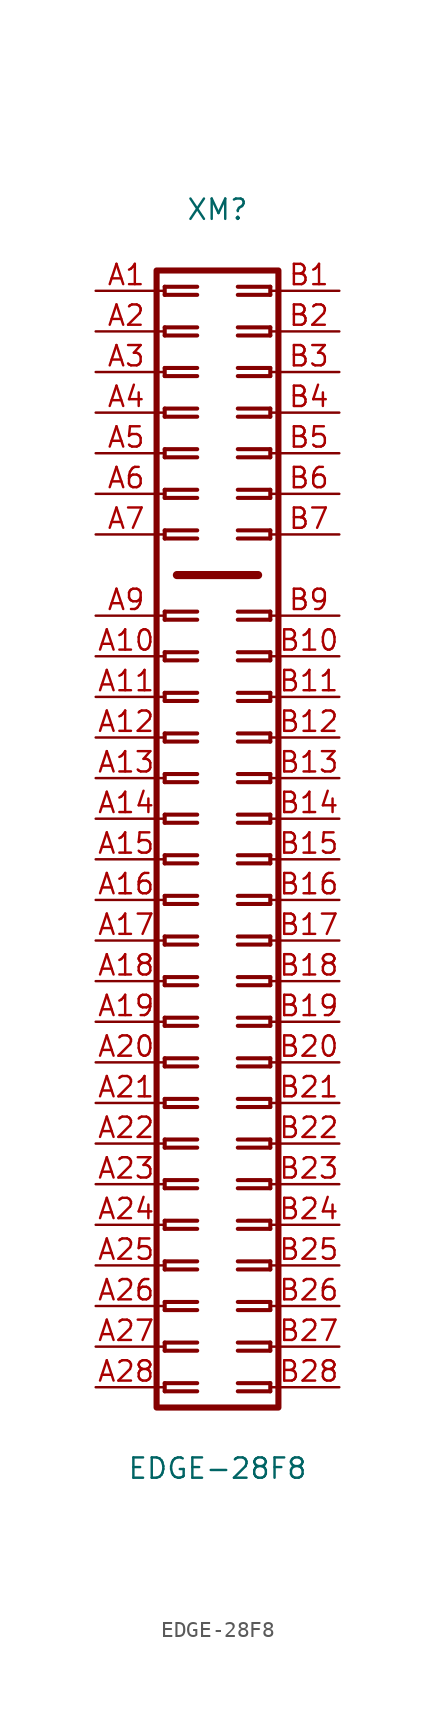
<source format=kicad_sym>
(kicad_symbol_lib
  (version 20231120)
  (generator "kicad_symbol_editor")
  (generator_version "8.0")
  (symbol "EDGE-28F8"
    (pin_names
      (offset 1.016))
    (property "Reference" "XM"
      (at 0 39.37 0)
      (effects (font (size 1.27 1.27))))
    (property "Value" "EDGE-28F8"
      (at 0 -39.37 0)
      (effects (font (size 1.27 1.27))))
    (symbol "EDGE-28F8_0_0"
      (polyline (pts (xy -2.54 16.51) (xy 2.54 16.51)) (stroke (width 0.508) (type default)) (fill (type none))))
    (symbol "EDGE-28F8_0_1"
      (rectangle (start -3.81 35.56) (end 3.81 -35.56) (stroke (width 0.381) (type default)) (fill (type none)))
      (polyline (pts (xy -3.81 -34.29) (xy -3.302 -34.29)) (stroke (width 0) (type default)) (fill (type none)))
      (polyline (pts (xy -3.81 -31.75) (xy -3.302 -31.75)) (stroke (width 0) (type default)) (fill (type none)))
      (polyline (pts (xy -3.81 -29.21) (xy -3.302 -29.21)) (stroke (width 0) (type default)) (fill (type none)))
      (polyline (pts (xy -3.81 -26.67) (xy -3.302 -26.67)) (stroke (width 0) (type default)) (fill (type none)))
      (polyline (pts (xy -3.81 -24.13) (xy -3.302 -24.13)) (stroke (width 0) (type default)) (fill (type none)))
      (polyline (pts (xy -3.81 -21.59) (xy -3.302 -21.59)) (stroke (width 0) (type default)) (fill (type none)))
      (polyline (pts (xy -3.81 -19.05) (xy -3.302 -19.05)) (stroke (width 0) (type default)) (fill (type none)))
      (polyline (pts (xy -3.81 -16.51) (xy -3.302 -16.51)) (stroke (width 0) (type default)) (fill (type none)))
      (polyline (pts (xy -3.81 -13.97) (xy -3.302 -13.97)) (stroke (width 0) (type default)) (fill (type none)))
      (polyline (pts (xy -3.81 -11.43) (xy -3.302 -11.43)) (stroke (width 0) (type default)) (fill (type none)))
      (polyline (pts (xy -3.81 -8.89) (xy -3.302 -8.89)) (stroke (width 0) (type default)) (fill (type none)))
      (polyline (pts (xy -3.81 -6.35) (xy -3.302 -6.35)) (stroke (width 0) (type default)) (fill (type none)))
      (polyline (pts (xy -3.81 -3.81) (xy -3.302 -3.81)) (stroke (width 0) (type default)) (fill (type none)))
      (polyline (pts (xy -3.81 -1.27) (xy -3.302 -1.27)) (stroke (width 0) (type default)) (fill (type none)))
      (polyline (pts (xy -3.81 1.27) (xy -3.302 1.27)) (stroke (width 0) (type default)) (fill (type none)))
      (polyline (pts (xy -3.81 3.81) (xy -3.302 3.81)) (stroke (width 0) (type default)) (fill (type none)))
      (polyline (pts (xy -3.81 6.35) (xy -3.302 6.35)) (stroke (width 0) (type default)) (fill (type none)))
      (polyline (pts (xy -3.81 8.89) (xy -3.302 8.89)) (stroke (width 0) (type default)) (fill (type none)))
      (polyline (pts (xy -3.81 11.43) (xy -3.302 11.43)) (stroke (width 0) (type default)) (fill (type none)))
      (polyline (pts (xy -3.81 13.97) (xy -3.302 13.97)) (stroke (width 0) (type default)) (fill (type none)))
      (polyline (pts (xy -3.81 19.05) (xy -3.302 19.05)) (stroke (width 0) (type default)) (fill (type none)))
      (polyline (pts (xy -3.81 21.59) (xy -3.302 21.59)) (stroke (width 0) (type default)) (fill (type none)))
      (polyline (pts (xy -3.81 24.13) (xy -3.302 24.13)) (stroke (width 0) (type default)) (fill (type none)))
      (polyline (pts (xy -3.81 26.67) (xy -3.302 26.67)) (stroke (width 0) (type default)) (fill (type none)))
      (polyline (pts (xy -3.81 29.21) (xy -3.302 29.21)) (stroke (width 0) (type default)) (fill (type none)))
      (polyline (pts (xy -3.81 31.75) (xy -3.302 31.75)) (stroke (width 0) (type default)) (fill (type none)))
      (polyline (pts (xy -3.81 34.29) (xy -3.302 34.29)) (stroke (width 0) (type default)) (fill (type none)))
      (polyline (pts (xy -3.302 -34.544) (xy -3.302 -34.036)) (stroke (width 0.254) (type default)) (fill (type none)))
      (polyline (pts (xy -3.302 -34.544) (xy -1.27 -34.544)) (stroke (width 0.254) (type default)) (fill (type none)))
      (polyline (pts (xy -3.302 -34.036) (xy -1.27 -34.036)) (stroke (width 0.254) (type default)) (fill (type none)))
      (polyline (pts (xy -3.302 -32.004) (xy -3.302 -31.496)) (stroke (width 0.254) (type default)) (fill (type none)))
      (polyline (pts (xy -3.302 -32.004) (xy -1.27 -32.004)) (stroke (width 0.254) (type default)) (fill (type none)))
      (polyline (pts (xy -3.302 -31.496) (xy -1.27 -31.496)) (stroke (width 0.254) (type default)) (fill (type none)))
      (polyline (pts (xy -3.302 -29.464) (xy -3.302 -28.956)) (stroke (width 0.254) (type default)) (fill (type none)))
      (polyline (pts (xy -3.302 -29.464) (xy -1.27 -29.464)) (stroke (width 0.254) (type default)) (fill (type none)))
      (polyline (pts (xy -3.302 -28.956) (xy -1.27 -28.956)) (stroke (width 0.254) (type default)) (fill (type none)))
      (polyline (pts (xy -3.302 -26.924) (xy -3.302 -26.416)) (stroke (width 0.254) (type default)) (fill (type none)))
      (polyline (pts (xy -3.302 -26.924) (xy -1.27 -26.924)) (stroke (width 0.254) (type default)) (fill (type none)))
      (polyline (pts (xy -3.302 -26.416) (xy -1.27 -26.416)) (stroke (width 0.254) (type default)) (fill (type none)))
      (polyline (pts (xy -3.302 -24.384) (xy -3.302 -23.876)) (stroke (width 0.254) (type default)) (fill (type none)))
      (polyline (pts (xy -3.302 -24.384) (xy -1.27 -24.384)) (stroke (width 0.254) (type default)) (fill (type none)))
      (polyline (pts (xy -3.302 -23.876) (xy -1.27 -23.876)) (stroke (width 0.254) (type default)) (fill (type none)))
      (polyline (pts (xy -3.302 -21.844) (xy -3.302 -21.336)) (stroke (width 0.254) (type default)) (fill (type none)))
      (polyline (pts (xy -3.302 -21.844) (xy -1.27 -21.844)) (stroke (width 0.254) (type default)) (fill (type none)))
      (polyline (pts (xy -3.302 -21.336) (xy -1.27 -21.336)) (stroke (width 0.254) (type default)) (fill (type none)))
      (polyline (pts (xy -3.302 -19.304) (xy -3.302 -18.796)) (stroke (width 0.254) (type default)) (fill (type none)))
      (polyline (pts (xy -3.302 -19.304) (xy -1.27 -19.304)) (stroke (width 0.254) (type default)) (fill (type none)))
      (polyline (pts (xy -3.302 -18.796) (xy -1.27 -18.796)) (stroke (width 0.254) (type default)) (fill (type none)))
      (polyline (pts (xy -3.302 -16.764) (xy -3.302 -16.256)) (stroke (width 0.254) (type default)) (fill (type none)))
      (polyline (pts (xy -3.302 -16.764) (xy -1.27 -16.764)) (stroke (width 0.254) (type default)) (fill (type none)))
      (polyline (pts (xy -3.302 -16.256) (xy -1.27 -16.256)) (stroke (width 0.254) (type default)) (fill (type none)))
      (polyline (pts (xy -3.302 -14.224) (xy -3.302 -13.716)) (stroke (width 0.254) (type default)) (fill (type none)))
      (polyline (pts (xy -3.302 -14.224) (xy -1.27 -14.224)) (stroke (width 0.254) (type default)) (fill (type none)))
      (polyline (pts (xy -3.302 -13.716) (xy -1.27 -13.716)) (stroke (width 0.254) (type default)) (fill (type none)))
      (polyline (pts (xy -3.302 -11.684) (xy -3.302 -11.176)) (stroke (width 0.254) (type default)) (fill (type none)))
      (polyline (pts (xy -3.302 -11.684) (xy -1.27 -11.684)) (stroke (width 0.254) (type default)) (fill (type none)))
      (polyline (pts (xy -3.302 -11.176) (xy -1.27 -11.176)) (stroke (width 0.254) (type default)) (fill (type none)))
      (polyline (pts (xy -3.302 -9.144) (xy -3.302 -8.636)) (stroke (width 0.254) (type default)) (fill (type none)))
      (polyline (pts (xy -3.302 -9.144) (xy -1.27 -9.144)) (stroke (width 0.254) (type default)) (fill (type none)))
      (polyline (pts (xy -3.302 -8.636) (xy -1.27 -8.636)) (stroke (width 0.254) (type default)) (fill (type none)))
      (polyline (pts (xy -3.302 -6.604) (xy -3.302 -6.096)) (stroke (width 0.254) (type default)) (fill (type none)))
      (polyline (pts (xy -3.302 -6.604) (xy -1.27 -6.604)) (stroke (width 0.254) (type default)) (fill (type none)))
      (polyline (pts (xy -3.302 -6.096) (xy -1.27 -6.096)) (stroke (width 0.254) (type default)) (fill (type none)))
      (polyline (pts (xy -3.302 -4.064) (xy -3.302 -3.556)) (stroke (width 0.254) (type default)) (fill (type none)))
      (polyline (pts (xy -3.302 -4.064) (xy -1.27 -4.064)) (stroke (width 0.254) (type default)) (fill (type none)))
      (polyline (pts (xy -3.302 -3.556) (xy -1.27 -3.556)) (stroke (width 0.254) (type default)) (fill (type none)))
      (polyline (pts (xy -3.302 -1.524) (xy -3.302 -1.016)) (stroke (width 0.254) (type default)) (fill (type none)))
      (polyline (pts (xy -3.302 -1.524) (xy -1.27 -1.524)) (stroke (width 0.254) (type default)) (fill (type none)))
      (polyline (pts (xy -3.302 -1.016) (xy -1.27 -1.016)) (stroke (width 0.254) (type default)) (fill (type none)))
      (polyline (pts (xy -3.302 1.016) (xy -3.302 1.524)) (stroke (width 0.254) (type default)) (fill (type none)))
      (polyline (pts (xy -3.302 1.016) (xy -1.27 1.016)) (stroke (width 0.254) (type default)) (fill (type none)))
      (polyline (pts (xy -3.302 1.524) (xy -1.27 1.524)) (stroke (width 0.254) (type default)) (fill (type none)))
      (polyline (pts (xy -3.302 3.556) (xy -3.302 4.064)) (stroke (width 0.254) (type default)) (fill (type none)))
      (polyline (pts (xy -3.302 3.556) (xy -1.27 3.556)) (stroke (width 0.254) (type default)) (fill (type none)))
      (polyline (pts (xy -3.302 4.064) (xy -1.27 4.064)) (stroke (width 0.254) (type default)) (fill (type none)))
      (polyline (pts (xy -3.302 6.096) (xy -3.302 6.604)) (stroke (width 0.254) (type default)) (fill (type none)))
      (polyline (pts (xy -3.302 6.096) (xy -1.27 6.096)) (stroke (width 0.254) (type default)) (fill (type none)))
      (polyline (pts (xy -3.302 6.604) (xy -1.27 6.604)) (stroke (width 0.254) (type default)) (fill (type none)))
      (polyline (pts (xy -3.302 8.636) (xy -3.302 9.144)) (stroke (width 0.254) (type default)) (fill (type none)))
      (polyline (pts (xy -3.302 8.636) (xy -1.27 8.636)) (stroke (width 0.254) (type default)) (fill (type none)))
      (polyline (pts (xy -3.302 9.144) (xy -1.27 9.144)) (stroke (width 0.254) (type default)) (fill (type none)))
      (polyline (pts (xy -3.302 11.176) (xy -3.302 11.684)) (stroke (width 0.254) (type default)) (fill (type none)))
      (polyline (pts (xy -3.302 11.176) (xy -1.27 11.176)) (stroke (width 0.254) (type default)) (fill (type none)))
      (polyline (pts (xy -3.302 11.684) (xy -1.27 11.684)) (stroke (width 0.254) (type default)) (fill (type none)))
      (polyline (pts (xy -3.302 13.716) (xy -3.302 14.224)) (stroke (width 0.254) (type default)) (fill (type none)))
      (polyline (pts (xy -3.302 13.716) (xy -1.27 13.716)) (stroke (width 0.254) (type default)) (fill (type none)))
      (polyline (pts (xy -3.302 14.224) (xy -1.27 14.224)) (stroke (width 0.254) (type default)) (fill (type none)))
      (polyline (pts (xy -3.302 18.796) (xy -3.302 19.304)) (stroke (width 0.254) (type default)) (fill (type none)))
      (polyline (pts (xy -3.302 18.796) (xy -1.27 18.796)) (stroke (width 0.254) (type default)) (fill (type none)))
      (polyline (pts (xy -3.302 19.304) (xy -1.27 19.304)) (stroke (width 0.254) (type default)) (fill (type none)))
      (polyline (pts (xy -3.302 21.336) (xy -3.302 21.844)) (stroke (width 0.254) (type default)) (fill (type none)))
      (polyline (pts (xy -3.302 21.336) (xy -1.27 21.336)) (stroke (width 0.254) (type default)) (fill (type none)))
      (polyline (pts (xy -3.302 21.844) (xy -1.27 21.844)) (stroke (width 0.254) (type default)) (fill (type none)))
      (polyline (pts (xy -3.302 23.876) (xy -3.302 24.384)) (stroke (width 0.254) (type default)) (fill (type none)))
      (polyline (pts (xy -3.302 23.876) (xy -1.27 23.876)) (stroke (width 0.254) (type default)) (fill (type none)))
      (polyline (pts (xy -3.302 24.384) (xy -1.27 24.384)) (stroke (width 0.254) (type default)) (fill (type none)))
      (polyline (pts (xy -3.302 26.416) (xy -3.302 26.924)) (stroke (width 0.254) (type default)) (fill (type none)))
      (polyline (pts (xy -3.302 26.416) (xy -1.27 26.416)) (stroke (width 0.254) (type default)) (fill (type none)))
      (polyline (pts (xy -3.302 26.924) (xy -1.27 26.924)) (stroke (width 0.254) (type default)) (fill (type none)))
      (polyline (pts (xy -3.302 28.956) (xy -3.302 29.464)) (stroke (width 0.254) (type default)) (fill (type none)))
      (polyline (pts (xy -3.302 28.956) (xy -1.27 28.956)) (stroke (width 0.254) (type default)) (fill (type none)))
      (polyline (pts (xy -3.302 29.464) (xy -1.27 29.464)) (stroke (width 0.254) (type default)) (fill (type none)))
      (polyline (pts (xy -3.302 31.496) (xy -3.302 32.004)) (stroke (width 0.254) (type default)) (fill (type none)))
      (polyline (pts (xy -3.302 31.496) (xy -1.27 31.496)) (stroke (width 0.254) (type default)) (fill (type none)))
      (polyline (pts (xy -3.302 32.004) (xy -1.27 32.004)) (stroke (width 0.254) (type default)) (fill (type none)))
      (polyline (pts (xy -3.302 34.036) (xy -3.302 34.544)) (stroke (width 0.254) (type default)) (fill (type none)))
      (polyline (pts (xy -3.302 34.036) (xy -1.27 34.036)) (stroke (width 0.254) (type default)) (fill (type none)))
      (polyline (pts (xy -3.302 34.544) (xy -1.27 34.544)) (stroke (width 0.254) (type default)) (fill (type none)))
      (polyline (pts (xy 3.302 -34.544) (xy 1.27 -34.544)) (stroke (width 0.254) (type default)) (fill (type none)))
      (polyline (pts (xy 3.302 -34.544) (xy 3.302 -34.036)) (stroke (width 0.254) (type default)) (fill (type none)))
      (polyline (pts (xy 3.302 -34.036) (xy 1.27 -34.036)) (stroke (width 0.254) (type default)) (fill (type none)))
      (polyline (pts (xy 3.302 -32.004) (xy 1.27 -32.004)) (stroke (width 0.254) (type default)) (fill (type none)))
      (polyline (pts (xy 3.302 -32.004) (xy 3.302 -31.496)) (stroke (width 0.254) (type default)) (fill (type none)))
      (polyline (pts (xy 3.302 -31.496) (xy 1.27 -31.496)) (stroke (width 0.254) (type default)) (fill (type none)))
      (polyline (pts (xy 3.302 -29.464) (xy 1.27 -29.464)) (stroke (width 0.254) (type default)) (fill (type none)))
      (polyline (pts (xy 3.302 -29.464) (xy 3.302 -28.956)) (stroke (width 0.254) (type default)) (fill (type none)))
      (polyline (pts (xy 3.302 -28.956) (xy 1.27 -28.956)) (stroke (width 0.254) (type default)) (fill (type none)))
      (polyline (pts (xy 3.302 -26.924) (xy 1.27 -26.924)) (stroke (width 0.254) (type default)) (fill (type none)))
      (polyline (pts (xy 3.302 -26.924) (xy 3.302 -26.416)) (stroke (width 0.254) (type default)) (fill (type none)))
      (polyline (pts (xy 3.302 -26.416) (xy 1.27 -26.416)) (stroke (width 0.254) (type default)) (fill (type none)))
      (polyline (pts (xy 3.302 -24.384) (xy 1.27 -24.384)) (stroke (width 0.254) (type default)) (fill (type none)))
      (polyline (pts (xy 3.302 -24.384) (xy 3.302 -23.876)) (stroke (width 0.254) (type default)) (fill (type none)))
      (polyline (pts (xy 3.302 -23.876) (xy 1.27 -23.876)) (stroke (width 0.254) (type default)) (fill (type none)))
      (polyline (pts (xy 3.302 -21.844) (xy 1.27 -21.844)) (stroke (width 0.254) (type default)) (fill (type none)))
      (polyline (pts (xy 3.302 -21.844) (xy 3.302 -21.336)) (stroke (width 0.254) (type default)) (fill (type none)))
      (polyline (pts (xy 3.302 -21.336) (xy 1.27 -21.336)) (stroke (width 0.254) (type default)) (fill (type none)))
      (polyline (pts (xy 3.302 -19.304) (xy 1.27 -19.304)) (stroke (width 0.254) (type default)) (fill (type none)))
      (polyline (pts (xy 3.302 -19.304) (xy 3.302 -18.796)) (stroke (width 0.254) (type default)) (fill (type none)))
      (polyline (pts (xy 3.302 -18.796) (xy 1.27 -18.796)) (stroke (width 0.254) (type default)) (fill (type none)))
      (polyline (pts (xy 3.302 -16.764) (xy 1.27 -16.764)) (stroke (width 0.254) (type default)) (fill (type none)))
      (polyline (pts (xy 3.302 -16.764) (xy 3.302 -16.256)) (stroke (width 0.254) (type default)) (fill (type none)))
      (polyline (pts (xy 3.302 -16.256) (xy 1.27 -16.256)) (stroke (width 0.254) (type default)) (fill (type none)))
      (polyline (pts (xy 3.302 -14.224) (xy 1.27 -14.224)) (stroke (width 0.254) (type default)) (fill (type none)))
      (polyline (pts (xy 3.302 -14.224) (xy 3.302 -13.716)) (stroke (width 0.254) (type default)) (fill (type none)))
      (polyline (pts (xy 3.302 -13.716) (xy 1.27 -13.716)) (stroke (width 0.254) (type default)) (fill (type none)))
      (polyline (pts (xy 3.302 -11.684) (xy 1.27 -11.684)) (stroke (width 0.254) (type default)) (fill (type none)))
      (polyline (pts (xy 3.302 -11.684) (xy 3.302 -11.176)) (stroke (width 0.254) (type default)) (fill (type none)))
      (polyline (pts (xy 3.302 -11.176) (xy 1.27 -11.176)) (stroke (width 0.254) (type default)) (fill (type none)))
      (polyline (pts (xy 3.302 -9.144) (xy 1.27 -9.144)) (stroke (width 0.254) (type default)) (fill (type none)))
      (polyline (pts (xy 3.302 -9.144) (xy 3.302 -8.636)) (stroke (width 0.254) (type default)) (fill (type none)))
      (polyline (pts (xy 3.302 -8.636) (xy 1.27 -8.636)) (stroke (width 0.254) (type default)) (fill (type none)))
      (polyline (pts (xy 3.302 -6.604) (xy 1.27 -6.604)) (stroke (width 0.254) (type default)) (fill (type none)))
      (polyline (pts (xy 3.302 -6.604) (xy 3.302 -6.096)) (stroke (width 0.254) (type default)) (fill (type none)))
      (polyline (pts (xy 3.302 -6.096) (xy 1.27 -6.096)) (stroke (width 0.254) (type default)) (fill (type none)))
      (polyline (pts (xy 3.302 -4.064) (xy 1.27 -4.064)) (stroke (width 0.254) (type default)) (fill (type none)))
      (polyline (pts (xy 3.302 -4.064) (xy 3.302 -3.556)) (stroke (width 0.254) (type default)) (fill (type none)))
      (polyline (pts (xy 3.302 -3.556) (xy 1.27 -3.556)) (stroke (width 0.254) (type default)) (fill (type none)))
      (polyline (pts (xy 3.302 -1.524) (xy 1.27 -1.524)) (stroke (width 0.254) (type default)) (fill (type none)))
      (polyline (pts (xy 3.302 -1.524) (xy 3.302 -1.016)) (stroke (width 0.254) (type default)) (fill (type none)))
      (polyline (pts (xy 3.302 -1.016) (xy 1.27 -1.016)) (stroke (width 0.254) (type default)) (fill (type none)))
      (polyline (pts (xy 3.302 1.016) (xy 1.27 1.016)) (stroke (width 0.254) (type default)) (fill (type none)))
      (polyline (pts (xy 3.302 1.016) (xy 3.302 1.524)) (stroke (width 0.254) (type default)) (fill (type none)))
      (polyline (pts (xy 3.302 1.524) (xy 1.27 1.524)) (stroke (width 0.254) (type default)) (fill (type none)))
      (polyline (pts (xy 3.302 3.556) (xy 1.27 3.556)) (stroke (width 0.254) (type default)) (fill (type none)))
      (polyline (pts (xy 3.302 3.556) (xy 3.302 4.064)) (stroke (width 0.254) (type default)) (fill (type none)))
      (polyline (pts (xy 3.302 4.064) (xy 1.27 4.064)) (stroke (width 0.254) (type default)) (fill (type none)))
      (polyline (pts (xy 3.302 6.096) (xy 1.27 6.096)) (stroke (width 0.254) (type default)) (fill (type none)))
      (polyline (pts (xy 3.302 6.096) (xy 3.302 6.604)) (stroke (width 0.254) (type default)) (fill (type none)))
      (polyline (pts (xy 3.302 6.604) (xy 1.27 6.604)) (stroke (width 0.254) (type default)) (fill (type none)))
      (polyline (pts (xy 3.302 8.636) (xy 1.27 8.636)) (stroke (width 0.254) (type default)) (fill (type none)))
      (polyline (pts (xy 3.302 8.636) (xy 3.302 9.144)) (stroke (width 0.254) (type default)) (fill (type none)))
      (polyline (pts (xy 3.302 9.144) (xy 1.27 9.144)) (stroke (width 0.254) (type default)) (fill (type none)))
      (polyline (pts (xy 3.302 11.176) (xy 1.27 11.176)) (stroke (width 0.254) (type default)) (fill (type none)))
      (polyline (pts (xy 3.302 11.176) (xy 3.302 11.684)) (stroke (width 0.254) (type default)) (fill (type none)))
      (polyline (pts (xy 3.302 11.684) (xy 1.27 11.684)) (stroke (width 0.254) (type default)) (fill (type none)))
      (polyline (pts (xy 3.302 13.716) (xy 1.27 13.716)) (stroke (width 0.254) (type default)) (fill (type none)))
      (polyline (pts (xy 3.302 13.716) (xy 3.302 14.224)) (stroke (width 0.254) (type default)) (fill (type none)))
      (polyline (pts (xy 3.302 14.224) (xy 1.27 14.224)) (stroke (width 0.254) (type default)) (fill (type none)))
      (polyline (pts (xy 3.302 18.796) (xy 1.27 18.796)) (stroke (width 0.254) (type default)) (fill (type none)))
      (polyline (pts (xy 3.302 18.796) (xy 3.302 19.304)) (stroke (width 0.254) (type default)) (fill (type none)))
      (polyline (pts (xy 3.302 19.304) (xy 1.27 19.304)) (stroke (width 0.254) (type default)) (fill (type none)))
      (polyline (pts (xy 3.302 21.336) (xy 1.27 21.336)) (stroke (width 0.254) (type default)) (fill (type none)))
      (polyline (pts (xy 3.302 21.336) (xy 3.302 21.844)) (stroke (width 0.254) (type default)) (fill (type none)))
      (polyline (pts (xy 3.302 21.844) (xy 1.27 21.844)) (stroke (width 0.254) (type default)) (fill (type none)))
      (polyline (pts (xy 3.302 23.876) (xy 1.27 23.876)) (stroke (width 0.254) (type default)) (fill (type none)))
      (polyline (pts (xy 3.302 23.876) (xy 3.302 24.384)) (stroke (width 0.254) (type default)) (fill (type none)))
      (polyline (pts (xy 3.302 24.384) (xy 1.27 24.384)) (stroke (width 0.254) (type default)) (fill (type none)))
      (polyline (pts (xy 3.302 26.416) (xy 1.27 26.416)) (stroke (width 0.254) (type default)) (fill (type none)))
      (polyline (pts (xy 3.302 26.416) (xy 3.302 26.924)) (stroke (width 0.254) (type default)) (fill (type none)))
      (polyline (pts (xy 3.302 26.924) (xy 1.27 26.924)) (stroke (width 0.254) (type default)) (fill (type none)))
      (polyline (pts (xy 3.302 28.956) (xy 1.27 28.956)) (stroke (width 0.254) (type default)) (fill (type none)))
      (polyline (pts (xy 3.302 28.956) (xy 3.302 29.464)) (stroke (width 0.254) (type default)) (fill (type none)))
      (polyline (pts (xy 3.302 29.464) (xy 1.27 29.464)) (stroke (width 0.254) (type default)) (fill (type none)))
      (polyline (pts (xy 3.302 31.496) (xy 1.27 31.496)) (stroke (width 0.254) (type default)) (fill (type none)))
      (polyline (pts (xy 3.302 31.496) (xy 3.302 32.004)) (stroke (width 0.254) (type default)) (fill (type none)))
      (polyline (pts (xy 3.302 32.004) (xy 1.27 32.004)) (stroke (width 0.254) (type default)) (fill (type none)))
      (polyline (pts (xy 3.302 34.036) (xy 1.27 34.036)) (stroke (width 0.254) (type default)) (fill (type none)))
      (polyline (pts (xy 3.302 34.036) (xy 3.302 34.544)) (stroke (width 0.254) (type default)) (fill (type none)))
      (polyline (pts (xy 3.302 34.544) (xy 1.27 34.544)) (stroke (width 0.254) (type default)) (fill (type none)))
      (polyline (pts (xy 3.81 -34.29) (xy 3.302 -34.29)) (stroke (width 0) (type default)) (fill (type none)))
      (polyline (pts (xy 3.81 -31.75) (xy 3.302 -31.75)) (stroke (width 0) (type default)) (fill (type none)))
      (polyline (pts (xy 3.81 -29.21) (xy 3.302 -29.21)) (stroke (width 0) (type default)) (fill (type none)))
      (polyline (pts (xy 3.81 -26.67) (xy 3.302 -26.67)) (stroke (width 0) (type default)) (fill (type none)))
      (polyline (pts (xy 3.81 -24.13) (xy 3.302 -24.13)) (stroke (width 0) (type default)) (fill (type none)))
      (polyline (pts (xy 3.81 -21.59) (xy 3.302 -21.59)) (stroke (width 0) (type default)) (fill (type none)))
      (polyline (pts (xy 3.81 -19.05) (xy 3.302 -19.05)) (stroke (width 0) (type default)) (fill (type none)))
      (polyline (pts (xy 3.81 -16.51) (xy 3.302 -16.51)) (stroke (width 0) (type default)) (fill (type none)))
      (polyline (pts (xy 3.81 -13.97) (xy 3.302 -13.97)) (stroke (width 0) (type default)) (fill (type none)))
      (polyline (pts (xy 3.81 -11.43) (xy 3.302 -11.43)) (stroke (width 0) (type default)) (fill (type none)))
      (polyline (pts (xy 3.81 -8.89) (xy 3.302 -8.89)) (stroke (width 0) (type default)) (fill (type none)))
      (polyline (pts (xy 3.81 -6.35) (xy 3.302 -6.35)) (stroke (width 0) (type default)) (fill (type none)))
      (polyline (pts (xy 3.81 -3.81) (xy 3.302 -3.81)) (stroke (width 0) (type default)) (fill (type none)))
      (polyline (pts (xy 3.81 -1.27) (xy 3.302 -1.27)) (stroke (width 0) (type default)) (fill (type none)))
      (polyline (pts (xy 3.81 1.27) (xy 3.302 1.27)) (stroke (width 0) (type default)) (fill (type none)))
      (polyline (pts (xy 3.81 3.81) (xy 3.302 3.81)) (stroke (width 0) (type default)) (fill (type none)))
      (polyline (pts (xy 3.81 6.35) (xy 3.302 6.35)) (stroke (width 0) (type default)) (fill (type none)))
      (polyline (pts (xy 3.81 8.89) (xy 3.302 8.89)) (stroke (width 0) (type default)) (fill (type none)))
      (polyline (pts (xy 3.81 11.43) (xy 3.302 11.43)) (stroke (width 0) (type default)) (fill (type none)))
      (polyline (pts (xy 3.81 13.97) (xy 3.302 13.97)) (stroke (width 0) (type default)) (fill (type none)))
      (polyline (pts (xy 3.81 19.05) (xy 3.302 19.05)) (stroke (width 0) (type default)) (fill (type none)))
      (polyline (pts (xy 3.81 21.59) (xy 3.302 21.59)) (stroke (width 0) (type default)) (fill (type none)))
      (polyline (pts (xy 3.81 24.13) (xy 3.302 24.13)) (stroke (width 0) (type default)) (fill (type none)))
      (polyline (pts (xy 3.81 26.67) (xy 3.302 26.67)) (stroke (width 0) (type default)) (fill (type none)))
      (polyline (pts (xy 3.81 29.21) (xy 3.302 29.21)) (stroke (width 0) (type default)) (fill (type none)))
      (polyline (pts (xy 3.81 31.75) (xy 3.302 31.75)) (stroke (width 0) (type default)) (fill (type none)))
      (polyline (pts (xy 3.81 34.29) (xy 3.302 34.29)) (stroke (width 0) (type default)) (fill (type none))))
    (symbol "EDGE-28F8_1_1"
      (pin passive line (at -7.62 34.29 0) (length 3.81) (name "~" (effects (font (size 1.27 1.27)))) (number "A1" (effects (font (size 1.27 1.27)))))
      (pin passive line (at -7.62 11.43 0) (length 3.81) (name "~" (effects (font (size 1.27 1.27)))) (number "A10" (effects (font (size 1.27 1.27)))))
      (pin passive line (at -7.62 8.89 0) (length 3.81) (name "~" (effects (font (size 1.27 1.27)))) (number "A11" (effects (font (size 1.27 1.27)))))
      (pin passive line (at -7.62 6.35 0) (length 3.81) (name "~" (effects (font (size 1.27 1.27)))) (number "A12" (effects (font (size 1.27 1.27)))))
      (pin passive line (at -7.62 3.81 0) (length 3.81) (name "~" (effects (font (size 1.27 1.27)))) (number "A13" (effects (font (size 1.27 1.27)))))
      (pin passive line (at -7.62 1.27 0) (length 3.81) (name "~" (effects (font (size 1.27 1.27)))) (number "A14" (effects (font (size 1.27 1.27)))))
      (pin passive line (at -7.62 -1.27 0) (length 3.81) (name "~" (effects (font (size 1.27 1.27)))) (number "A15" (effects (font (size 1.27 1.27)))))
      (pin passive line (at -7.62 -3.81 0) (length 3.81) (name "~" (effects (font (size 1.27 1.27)))) (number "A16" (effects (font (size 1.27 1.27)))))
      (pin passive line (at -7.62 -6.35 0) (length 3.81) (name "~" (effects (font (size 1.27 1.27)))) (number "A17" (effects (font (size 1.27 1.27)))))
      (pin passive line (at -7.62 -8.89 0) (length 3.81) (name "~" (effects (font (size 1.27 1.27)))) (number "A18" (effects (font (size 1.27 1.27)))))
      (pin passive line (at -7.62 -11.43 0) (length 3.81) (name "~" (effects (font (size 1.27 1.27)))) (number "A19" (effects (font (size 1.27 1.27)))))
      (pin passive line (at -7.62 31.75 0) (length 3.81) (name "~" (effects (font (size 1.27 1.27)))) (number "A2" (effects (font (size 1.27 1.27)))))
      (pin passive line (at -7.62 -13.97 0) (length 3.81) (name "~" (effects (font (size 1.27 1.27)))) (number "A20" (effects (font (size 1.27 1.27)))))
      (pin passive line (at -7.62 -16.51 0) (length 3.81) (name "~" (effects (font (size 1.27 1.27)))) (number "A21" (effects (font (size 1.27 1.27)))))
      (pin passive line (at -7.62 -19.05 0) (length 3.81) (name "~" (effects (font (size 1.27 1.27)))) (number "A22" (effects (font (size 1.27 1.27)))))
      (pin passive line (at -7.62 -21.59 0) (length 3.81) (name "~" (effects (font (size 1.27 1.27)))) (number "A23" (effects (font (size 1.27 1.27)))))
      (pin passive line (at -7.62 -24.13 0) (length 3.81) (name "~" (effects (font (size 1.27 1.27)))) (number "A24" (effects (font (size 1.27 1.27)))))
      (pin passive line (at -7.62 -26.67 0) (length 3.81) (name "~" (effects (font (size 1.27 1.27)))) (number "A25" (effects (font (size 1.27 1.27)))))
      (pin passive line (at -7.62 -29.21 0) (length 3.81) (name "~" (effects (font (size 1.27 1.27)))) (number "A26" (effects (font (size 1.27 1.27)))))
      (pin passive line (at -7.62 -31.75 0) (length 3.81) (name "~" (effects (font (size 1.27 1.27)))) (number "A27" (effects (font (size 1.27 1.27)))))
      (pin passive line (at -7.62 -34.29 0) (length 3.81) (name "~" (effects (font (size 1.27 1.27)))) (number "A28" (effects (font (size 1.27 1.27)))))
      (pin passive line (at -7.62 29.21 0) (length 3.81) (name "~" (effects (font (size 1.27 1.27)))) (number "A3" (effects (font (size 1.27 1.27)))))
      (pin passive line (at -7.62 26.67 0) (length 3.81) (name "~" (effects (font (size 1.27 1.27)))) (number "A4" (effects (font (size 1.27 1.27)))))
      (pin passive line (at -7.62 24.13 0) (length 3.81) (name "~" (effects (font (size 1.27 1.27)))) (number "A5" (effects (font (size 1.27 1.27)))))
      (pin passive line (at -7.62 21.59 0) (length 3.81) (name "~" (effects (font (size 1.27 1.27)))) (number "A6" (effects (font (size 1.27 1.27)))))
      (pin passive line (at -7.62 19.05 0) (length 3.81) (name "~" (effects (font (size 1.27 1.27)))) (number "A7" (effects (font (size 1.27 1.27)))))
      (pin passive line (at -7.62 13.97 0) (length 3.81) (name "~" (effects (font (size 1.27 1.27)))) (number "A9" (effects (font (size 1.27 1.27)))))
      (pin passive line (at 7.62 34.29 180) (length 3.81) (name "~" (effects (font (size 1.27 1.27)))) (number "B1" (effects (font (size 1.27 1.27)))))
      (pin passive line (at 7.62 11.43 180) (length 3.81) (name "~" (effects (font (size 1.27 1.27)))) (number "B10" (effects (font (size 1.27 1.27)))))
      (pin passive line (at 7.62 8.89 180) (length 3.81) (name "~" (effects (font (size 1.27 1.27)))) (number "B11" (effects (font (size 1.27 1.27)))))
      (pin passive line (at 7.62 6.35 180) (length 3.81) (name "~" (effects (font (size 1.27 1.27)))) (number "B12" (effects (font (size 1.27 1.27)))))
      (pin passive line (at 7.62 3.81 180) (length 3.81) (name "~" (effects (font (size 1.27 1.27)))) (number "B13" (effects (font (size 1.27 1.27)))))
      (pin passive line (at 7.62 1.27 180) (length 3.81) (name "~" (effects (font (size 1.27 1.27)))) (number "B14" (effects (font (size 1.27 1.27)))))
      (pin passive line (at 7.62 -1.27 180) (length 3.81) (name "~" (effects (font (size 1.27 1.27)))) (number "B15" (effects (font (size 1.27 1.27)))))
      (pin passive line (at 7.62 -3.81 180) (length 3.81) (name "~" (effects (font (size 1.27 1.27)))) (number "B16" (effects (font (size 1.27 1.27)))))
      (pin passive line (at 7.62 -6.35 180) (length 3.81) (name "~" (effects (font (size 1.27 1.27)))) (number "B17" (effects (font (size 1.27 1.27)))))
      (pin passive line (at 7.62 -8.89 180) (length 3.81) (name "~" (effects (font (size 1.27 1.27)))) (number "B18" (effects (font (size 1.27 1.27)))))
      (pin passive line (at 7.62 -11.43 180) (length 3.81) (name "~" (effects (font (size 1.27 1.27)))) (number "B19" (effects (font (size 1.27 1.27)))))
      (pin passive line (at 7.62 31.75 180) (length 3.81) (name "~" (effects (font (size 1.27 1.27)))) (number "B2" (effects (font (size 1.27 1.27)))))
      (pin passive line (at 7.62 -13.97 180) (length 3.81) (name "~" (effects (font (size 1.27 1.27)))) (number "B20" (effects (font (size 1.27 1.27)))))
      (pin passive line (at 7.62 -16.51 180) (length 3.81) (name "~" (effects (font (size 1.27 1.27)))) (number "B21" (effects (font (size 1.27 1.27)))))
      (pin passive line (at 7.62 -19.05 180) (length 3.81) (name "~" (effects (font (size 1.27 1.27)))) (number "B22" (effects (font (size 1.27 1.27)))))
      (pin passive line (at 7.62 -21.59 180) (length 3.81) (name "~" (effects (font (size 1.27 1.27)))) (number "B23" (effects (font (size 1.27 1.27)))))
      (pin passive line (at 7.62 -24.13 180) (length 3.81) (name "~" (effects (font (size 1.27 1.27)))) (number "B24" (effects (font (size 1.27 1.27)))))
      (pin passive line (at 7.62 -26.67 180) (length 3.81) (name "~" (effects (font (size 1.27 1.27)))) (number "B25" (effects (font (size 1.27 1.27)))))
      (pin passive line (at 7.62 -29.21 180) (length 3.81) (name "~" (effects (font (size 1.27 1.27)))) (number "B26" (effects (font (size 1.27 1.27)))))
      (pin passive line (at 7.62 -31.75 180) (length 3.81) (name "~" (effects (font (size 1.27 1.27)))) (number "B27" (effects (font (size 1.27 1.27)))))
      (pin passive line (at 7.62 -34.29 180) (length 3.81) (name "~" (effects (font (size 1.27 1.27)))) (number "B28" (effects (font (size 1.27 1.27)))))
      (pin passive line (at 7.62 29.21 180) (length 3.81) (name "~" (effects (font (size 1.27 1.27)))) (number "B3" (effects (font (size 1.27 1.27)))))
      (pin passive line (at 7.62 26.67 180) (length 3.81) (name "~" (effects (font (size 1.27 1.27)))) (number "B4" (effects (font (size 1.27 1.27)))))
      (pin passive line (at 7.62 24.13 180) (length 3.81) (name "~" (effects (font (size 1.27 1.27)))) (number "B5" (effects (font (size 1.27 1.27)))))
      (pin passive line (at 7.62 21.59 180) (length 3.81) (name "~" (effects (font (size 1.27 1.27)))) (number "B6" (effects (font (size 1.27 1.27)))))
      (pin passive line (at 7.62 19.05 180) (length 3.81) (name "~" (effects (font (size 1.27 1.27)))) (number "B7" (effects (font (size 1.27 1.27)))))
      (pin passive line (at 7.62 13.97 180) (length 3.81) (name "~" (effects (font (size 1.27 1.27)))) (number "B9" (effects (font (size 1.27 1.27))))))))
</source>
